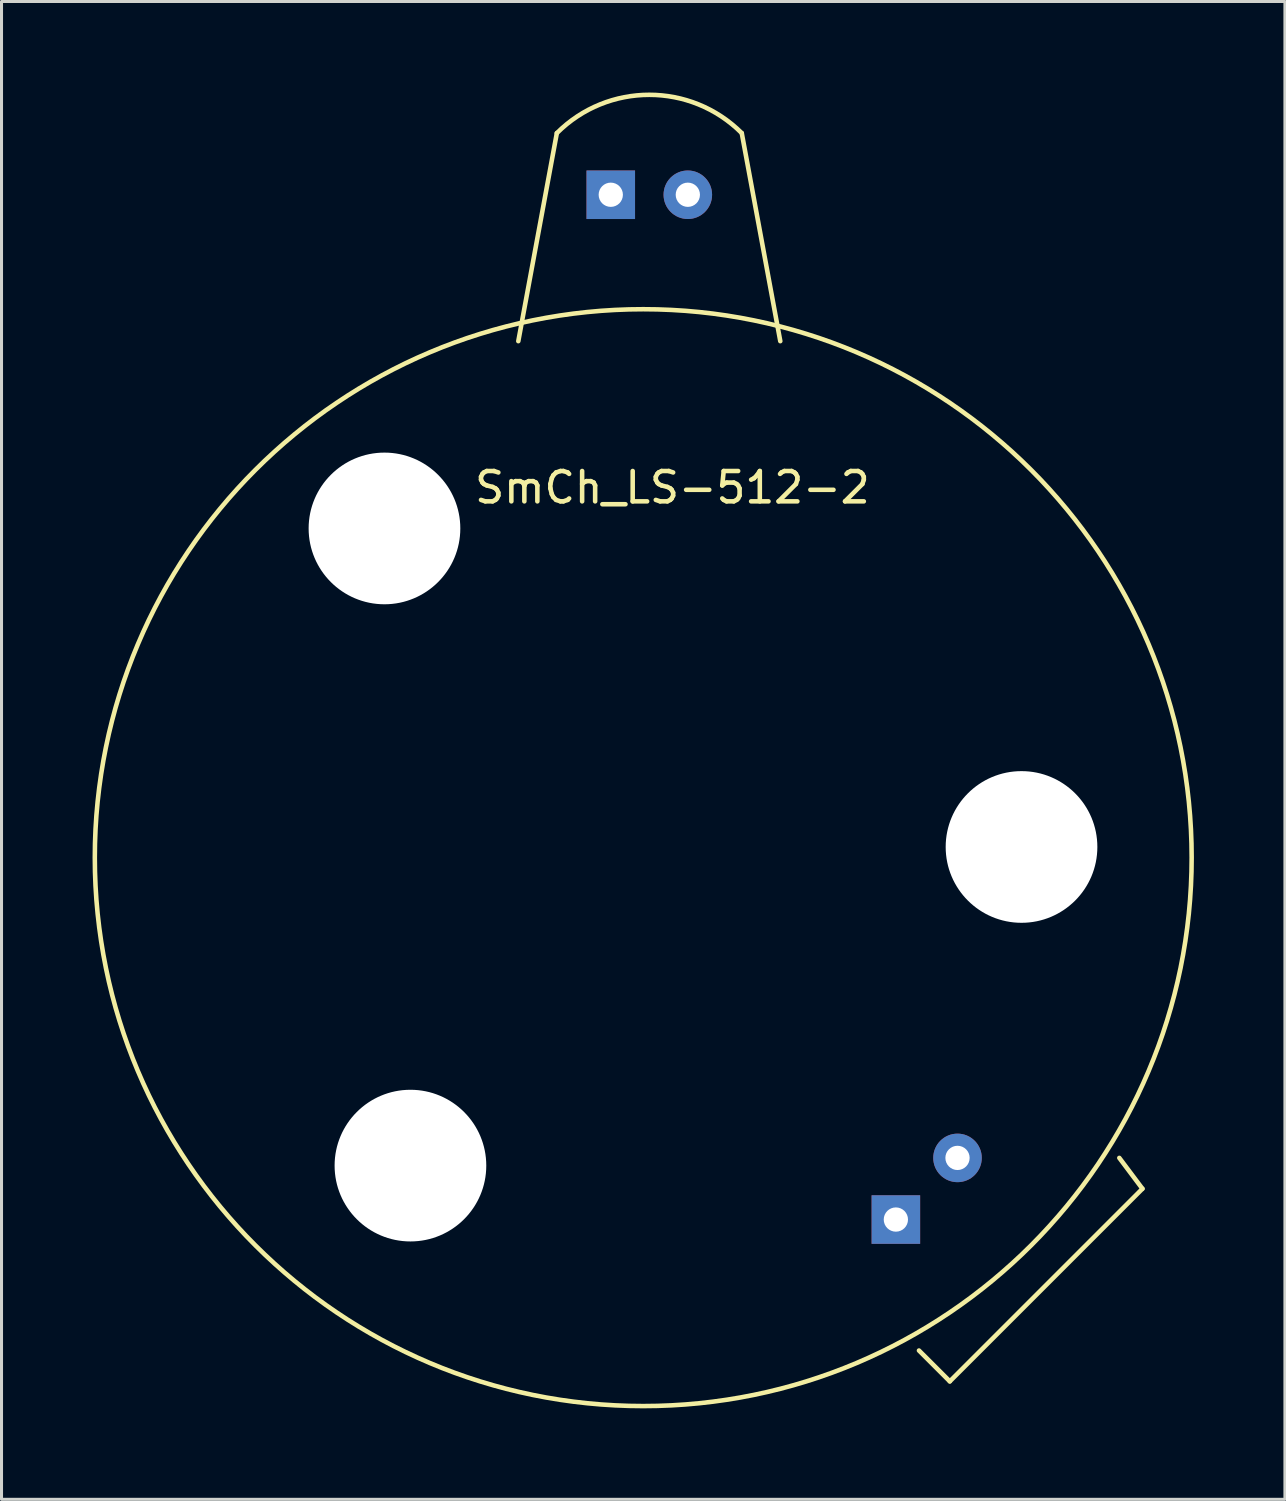
<source format=kicad_pcb>
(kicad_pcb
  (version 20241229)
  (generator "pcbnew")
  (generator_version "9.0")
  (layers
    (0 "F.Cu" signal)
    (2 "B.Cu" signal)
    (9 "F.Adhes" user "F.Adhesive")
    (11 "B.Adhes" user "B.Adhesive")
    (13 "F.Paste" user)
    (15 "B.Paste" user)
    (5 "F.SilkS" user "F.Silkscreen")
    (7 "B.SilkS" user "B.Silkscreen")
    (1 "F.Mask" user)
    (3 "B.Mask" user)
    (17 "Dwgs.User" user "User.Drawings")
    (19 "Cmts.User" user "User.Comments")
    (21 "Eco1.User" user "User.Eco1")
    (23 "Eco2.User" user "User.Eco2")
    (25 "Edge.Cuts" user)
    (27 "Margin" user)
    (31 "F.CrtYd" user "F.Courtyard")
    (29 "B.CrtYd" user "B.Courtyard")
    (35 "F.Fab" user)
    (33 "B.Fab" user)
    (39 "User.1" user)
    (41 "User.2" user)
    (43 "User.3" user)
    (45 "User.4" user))
  (footprint "SmCh_LS-512-2"
    (layer "F.Cu")
    (at 19.624 3.37)
    (property "Reference" "SmCh_LS-512-2" (at -0.508 9.652 0) (layer "F.SilkS") (effects (font (size 1 1) (thickness 0.15))))
    (attr through_hole)
    (fp_line (start -4.318 -2.032) (end -5.588 4.826) (stroke (width 0.15) (type solid)) (layer "F.SilkS"))
    (fp_line (start 1.778 -2.032) (end 3.048 4.826) (stroke (width 0.15) (type solid)) (layer "F.SilkS"))
    (fp_line (start 7.62 38.1) (end 8.636 39.116) (stroke (width 0.15) (type solid)) (layer "F.SilkS"))
    (fp_line (start 8.636 39.116) (end 14.986 32.766) (stroke (width 0.15) (type solid)) (layer "F.SilkS"))
    (fp_line (start 14.986 32.766) (end 14.224 31.75) (stroke (width 0.15) (type solid)) (layer "F.SilkS"))
    (fp_arc (start -4.318 -2.032) (mid -1.27 -3.294523) (end 1.778 -2.032) (stroke (width 0.15) (type solid)) (layer "F.SilkS"))
    (fp_circle (center -1.47 21.852) (end -2.74 39.886) (stroke (width 0.15) (type solid)) (fill no) (layer "F.SilkS"))
    (pad "" np_thru_hole circle (at -10 11) (size 5 5) (drill 5) (layers "*.Cu" "*.Mask"))
    (pad "" np_thru_hole circle (at -9.144 32.004) (size 5 5) (drill 5) (layers "*.Cu" "*.Mask"))
    (pad "" np_thru_hole circle (at 11 21.5) (size 5 5) (drill 5) (layers "*.Cu" "*.Mask"))
    (pad "1" thru_hole rect (at 6.858 33.782) (size 1.6 1.6) (drill 0.8) (layers "*.Cu" "*.Mask"))
    (pad "2" thru_hole circle (at 8.89 31.75) (size 1.6 1.6) (drill 0.8) (layers "*.Cu" "*.Mask"))
    (pad "3" thru_hole circle (at 0 0) (size 1.6 1.6) (drill 0.8) (layers "*.Cu" "*.Mask"))
    (pad "4" thru_hole rect (at -2.54 0) (size 1.6 1.6) (drill 0.8) (layers "*.Cu" "*.Mask")))
  (gr_rect
    (start -3 -3)
    (end 39.307 46.375)
    (stroke (width 0.1) (type default))
    (fill no)
    (layer "Edge.Cuts")))
</source>
